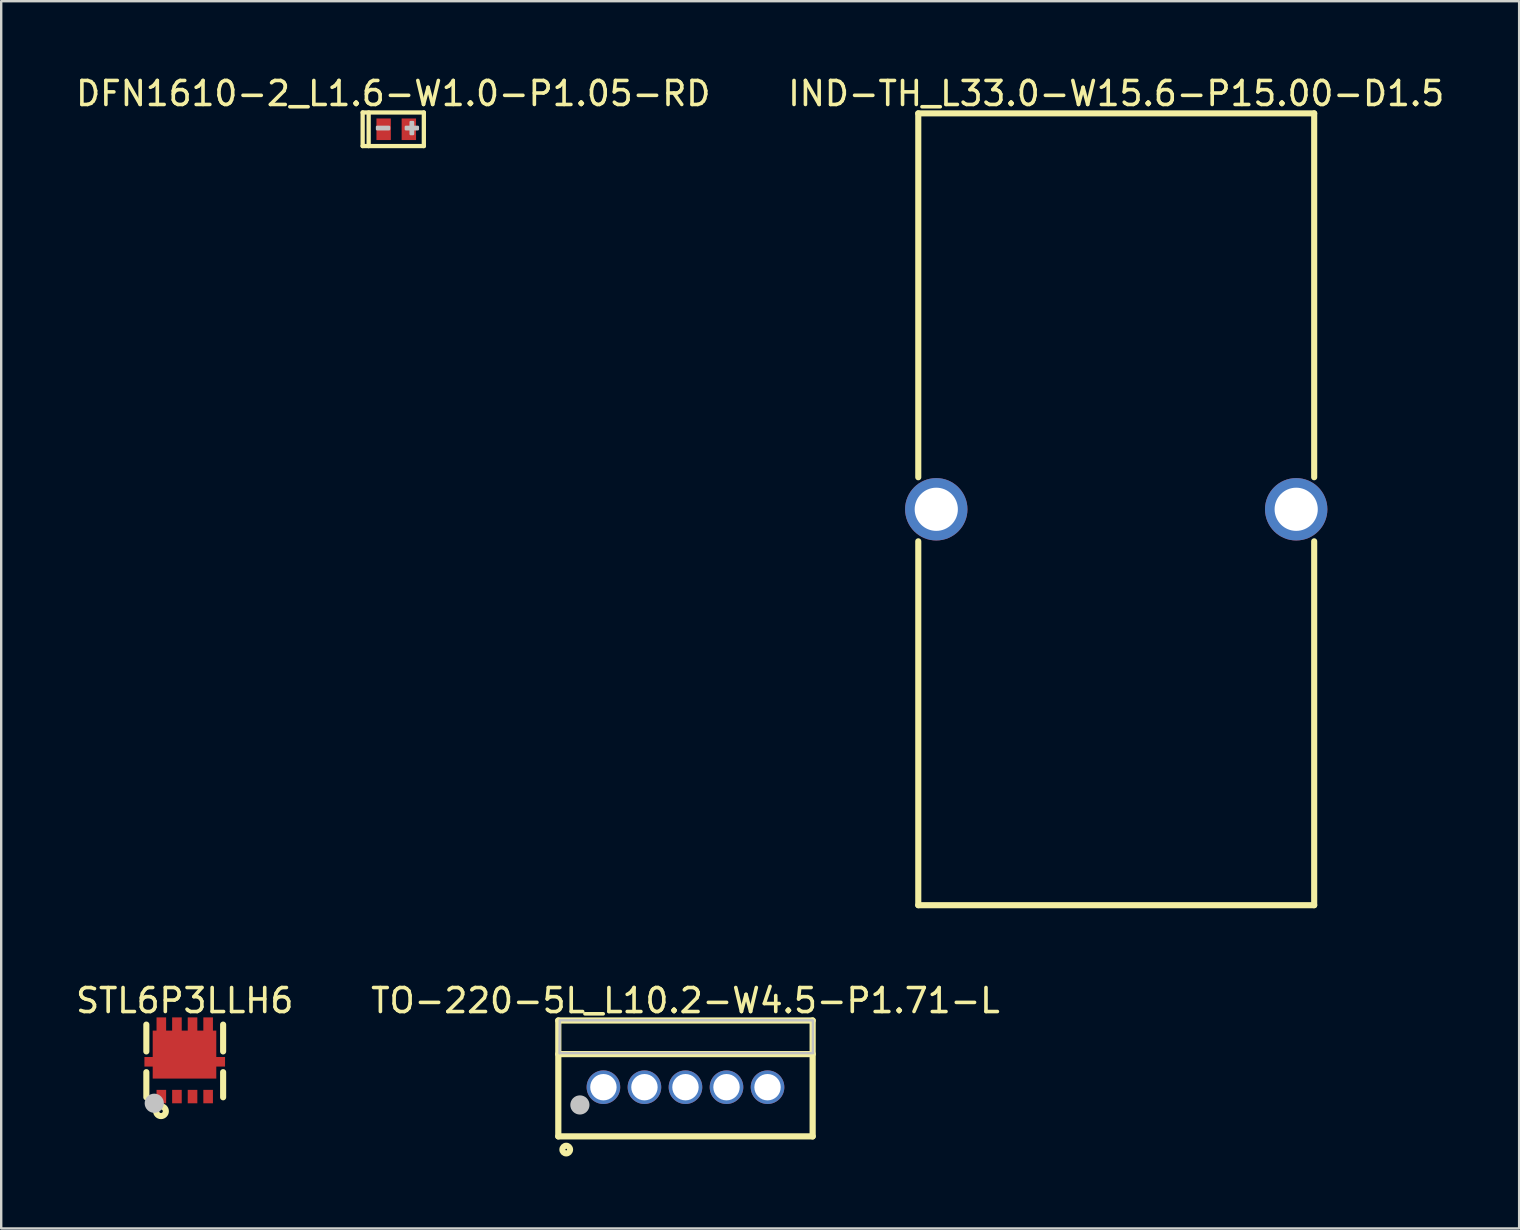
<source format=kicad_pcb>
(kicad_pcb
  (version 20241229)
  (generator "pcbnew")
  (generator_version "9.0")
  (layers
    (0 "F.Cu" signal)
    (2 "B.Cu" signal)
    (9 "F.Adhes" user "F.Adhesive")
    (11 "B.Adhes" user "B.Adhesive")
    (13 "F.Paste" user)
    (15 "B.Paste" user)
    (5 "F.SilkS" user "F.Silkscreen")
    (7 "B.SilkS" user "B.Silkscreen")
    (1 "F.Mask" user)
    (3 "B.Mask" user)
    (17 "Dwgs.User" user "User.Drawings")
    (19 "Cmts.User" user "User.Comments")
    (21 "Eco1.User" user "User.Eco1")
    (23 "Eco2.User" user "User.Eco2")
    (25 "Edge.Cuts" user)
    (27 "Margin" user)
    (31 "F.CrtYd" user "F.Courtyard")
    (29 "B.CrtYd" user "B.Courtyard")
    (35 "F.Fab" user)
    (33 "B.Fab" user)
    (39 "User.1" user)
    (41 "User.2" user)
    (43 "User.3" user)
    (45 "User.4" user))
  (footprint "DFN1610-2_L1.6-W1.0-P1.05-RD"
    (layer "F.Cu")
    (at 13.464 2.337)
    (property "Reference" "DFN1610-2_L1.6-W1.0-P1.05-RD" (at -0.125 -1.489 0) (layer "F.SilkS") (effects (font (size 1 1) (thickness 0.15))))
    (fp_line (start -1.4 -0.7) (end -1.4 0.7) (stroke (width 0.178) (type default)) (layer "F.SilkS"))
    (fp_line (start -1.4 -0.7) (end 1.15 -0.7) (stroke (width 0.178) (type default)) (layer "F.SilkS"))
    (fp_line (start -1.4 0.7) (end 1.15 0.7) (stroke (width 0.178) (type default)) (layer "F.SilkS"))
    (fp_line (start -1.15 -0.7) (end -1.15 0.7) (stroke (width 0.178) (type default)) (layer "F.SilkS"))
    (fp_line (start 1.15 -0.7) (end 1.15 0.7) (stroke (width 0.178) (type default)) (layer "F.SilkS"))
    (fp_poly (pts (xy -0.8 -0.1) (xy -0.3 -0.1) (xy -0.3 0) (xy -0.8 0)) (stroke (width 0.1) (type default)) (fill no) (layer "Dwgs.User"))
    (fp_poly (pts (xy 0.4 -0.1) (xy 0.9 -0.1) (xy 0.9 0) (xy 0.4 0)) (stroke (width 0.1) (type default)) (fill no) (layer "Dwgs.User"))
    (fp_poly (pts (xy 0.6 0.2) (xy 0.6 -0.3) (xy 0.7 -0.3) (xy 0.7 0.2)) (stroke (width 0.1) (type default)) (fill no) (layer "Dwgs.User"))
    (fp_poly (pts (xy -0.35 -0.4) (xy -0.35 0.4) (xy -0.7 0.4) (xy -0.7 -0.4)) (stroke (width 0.1) (type default)) (fill no) (layer "User.1"))
    (fp_poly (pts (xy 0.7 -0.4) (xy 0.7 0.4) (xy 0.35 0.4) (xy 0.35 -0.4)) (stroke (width 0.1) (type default)) (fill no) (layer "User.1"))
    (fp_line (start -0.8 -0.5) (end 0.8 -0.5) (stroke (width 0.051) (type default)) (layer "User.2"))
    (fp_line (start -0.8 0.5) (end -0.8 -0.5) (stroke (width 0.051) (type default)) (layer "User.2"))
    (fp_line (start 0.8 -0.5) (end 0.8 0.5) (stroke (width 0.051) (type default)) (layer "User.2"))
    (fp_line (start 0.8 0.5) (end -0.8 0.5) (stroke (width 0.051) (type default)) (layer "User.2"))
    (fp_poly (pts (xy -0.745 0.477) (xy -0.777 0.445) (xy -0.823 0.445) (xy -0.855 0.477) (xy -0.855 0.523) (xy -0.823 0.555) (xy -0.777 0.555) (xy -0.745 0.523)) (stroke (width 0.1) (type default)) (fill no) (layer "User.3"))
    (pad "1" smd rect (at -0.525 0 90) (size 0.9 0.6) (layers "F.Cu" "F.Mask" "F.Paste"))
    (pad "2" smd rect (at 0.525 0 90) (size 0.9 0.6) (layers "F.Cu" "F.Mask" "F.Paste")))
  (footprint "IND-TH_L33.0-W15.6-P15.00-D1.5"
    (layer "F.Cu")
    (at 43.47 18.175)
    (property "Reference" "IND-TH_L33.0-W15.6-P15.00-D1.5" (at 0 -17.327 0) (layer "F.SilkS") (effects (font (size 1 1) (thickness 0.15))))
    (fp_line (start -8.25 -16.5) (end -8.25 -1.335) (stroke (width 0.254) (type default)) (layer "F.SilkS"))
    (fp_line (start -8.25 -16.5) (end 8.25 -16.5) (stroke (width 0.254) (type default)) (layer "F.SilkS"))
    (fp_line (start -8.25 1.335) (end -8.25 16.5) (stroke (width 0.254) (type default)) (layer "F.SilkS"))
    (fp_line (start -8.25 16.5) (end 8.25 16.5) (stroke (width 0.254) (type default)) (layer "F.SilkS"))
    (fp_line (start 8.25 -16.5) (end 8.25 -1.335) (stroke (width 0.254) (type default)) (layer "F.SilkS"))
    (fp_line (start 8.25 1.335) (end 8.25 16.5) (stroke (width 0.254) (type default)) (layer "F.SilkS"))
    (pad "1" thru_hole circle (at -7.5 0) (size 2.6 2.6) (drill 1.8) (layers "*.Cu" "*.Mask"))
    (pad "2" thru_hole circle (at 7.5 0) (size 2.6 2.6) (drill 1.8) (layers "*.Cu" "*.Mask")))
  (footprint "TO-220-5L_L10.2-W4.5-P1.71-L"
    (layer "F.Cu")
    (at 25.518 42.26)
    (property "Reference" "TO-220-5L_L10.2-W4.5-P1.71-L" (at 0 -3.609 0) (layer "F.SilkS") (effects (font (size 1 1) (thickness 0.15))))
    (fp_line (start -5.3 -2.78) (end -5.3 2.05) (stroke (width 0.258) (type default)) (layer "F.SilkS"))
    (fp_line (start -5.3 2.05) (end 5.3 2.05) (stroke (width 0.258) (type default)) (layer "F.SilkS"))
    (fp_line (start 5.3 -2.78) (end -5.3 -2.78) (stroke (width 0.258) (type default)) (layer "F.SilkS"))
    (fp_line (start 5.3 -1.38) (end -5.3 -1.38) (stroke (width 0.258) (type default)) (layer "F.SilkS"))
    (fp_line (start 5.3 2.05) (end 5.3 -2.78) (stroke (width 0.258) (type default)) (layer "F.SilkS"))
    (fp_circle (center -4.97 2.6) (end -4.81 2.6) (stroke (width 0.254) (type default)) (fill no) (layer "F.SilkS"))
    (fp_circle (center -4.4 0.74) (end -4.2 0.74) (stroke (width 0.4) (type default)) (fill no) (layer "Dwgs.User"))
    (fp_poly (pts (xy -5.24 -2.79) (xy 5.3 -2.79) (xy 5.31 -2.78) (xy 5.31 -1.43) (xy 5.32 -1.42) (xy -5.24 -1.42) (xy -5.25 -1.41)) (stroke (width 0.1) (type default)) (fill no) (layer "Dwgs.User"))
    (fp_poly (pts (xy -2.975 0.25) (xy -3.865 0.25) (xy -3.865 -0.25) (xy -2.975 -0.25)) (stroke (width 0.1) (type default)) (fill no) (layer "User.1"))
    (fp_poly (pts (xy -1.265 0.25) (xy -2.155 0.25) (xy -2.155 -0.25) (xy -1.265 -0.25)) (stroke (width 0.1) (type default)) (fill no) (layer "User.1"))
    (fp_poly (pts (xy 0.445 0.25) (xy -0.445 0.25) (xy -0.445 -0.25) (xy 0.445 -0.25)) (stroke (width 0.1) (type default)) (fill no) (layer "User.1"))
    (fp_poly (pts (xy 2.155 0.25) (xy 1.265 0.25) (xy 1.265 -0.25) (xy 2.155 -0.25)) (stroke (width 0.1) (type default)) (fill no) (layer "User.1"))
    (fp_poly (pts (xy 3.865 0.25) (xy 2.975 0.25) (xy 2.975 -0.25) (xy 3.865 -0.25)) (stroke (width 0.1) (type default)) (fill no) (layer "User.1"))
    (fp_line (start -5.1 -2.66) (end 5.1 -2.66) (stroke (width 0.051) (type default)) (layer "User.2"))
    (fp_line (start -5.1 1.84) (end -5.1 -2.66) (stroke (width 0.051) (type default)) (layer "User.2"))
    (fp_line (start 5.1 -2.66) (end 5.1 1.84) (stroke (width 0.051) (type default)) (layer "User.2"))
    (fp_line (start 5.1 1.84) (end -5.1 1.84) (stroke (width 0.051) (type default)) (layer "User.2"))
    (fp_poly (pts (xy -5.045 1.817) (xy -5.077 1.785) (xy -5.123 1.785) (xy -5.155 1.817) (xy -5.155 1.863) (xy -5.123 1.895) (xy -5.077 1.895) (xy -5.045 1.863)) (stroke (width 0.1) (type default)) (fill no) (layer "User.3"))
    (pad "1" thru_hole circle (at -3.42 0 180) (size 1.4 1.4) (drill 1.1) (layers "*.Cu" "*.Mask"))
    (pad "2" thru_hole circle (at -1.71 0 180) (size 1.4 1.4) (drill 1.1) (layers "*.Cu" "*.Mask"))
    (pad "3" thru_hole circle (at 0 0 180) (size 1.4 1.4) (drill 1.1) (layers "*.Cu" "*.Mask"))
    (pad "4" thru_hole circle (at 1.71 0 180) (size 1.4 1.4) (drill 1.1) (layers "*.Cu" "*.Mask"))
    (pad "5" thru_hole circle (at 3.42 0 180) (size 1.4 1.4) (drill 1.1) (layers "*.Cu" "*.Mask")))
  (footprint "STL6P3LLH6"
    (layer "F.Cu")
    (at 4.649 41.151)
    (property "Reference" "STL6P3LLH6" (at 0 -2.5 0) (layer "F.SilkS") (effects (font (size 1 1) (thickness 0.15))))
    (fp_line (start -1.6 -1.5) (end -1.6 -0.381) (stroke (width 0.254) (type default)) (layer "F.SilkS"))
    (fp_line (start -1.6 0.481) (end -1.6 1.53) (stroke (width 0.254) (type default)) (layer "F.SilkS"))
    (fp_line (start 1.6 -1.5) (end 1.6 -0.381) (stroke (width 0.254) (type default)) (layer "F.SilkS"))
    (fp_line (start 1.6 0.481) (end 1.6 1.53) (stroke (width 0.254) (type default)) (layer "F.SilkS"))
    (fp_circle (center -0.99 2.11) (end -0.914 2.11) (stroke (width 0.254) (type default)) (fill no) (layer "F.SilkS"))
    (fp_poly (pts (xy -1.175 1.22) (xy -1.175 1.78) (xy -0.775 1.78) (xy -0.775 1.22)) (stroke (width 0) (type default)) (fill yes) (layer "F.Paste"))
    (fp_poly (pts (xy -0.525 1.22) (xy -0.525 1.78) (xy -0.125 1.78) (xy -0.125 1.22)) (stroke (width 0) (type default)) (fill yes) (layer "F.Paste"))
    (fp_poly (pts (xy 0.525 1.78) (xy 0.525 1.22) (xy 0.125 1.22) (xy 0.125 1.78)) (stroke (width 0) (type default)) (fill yes) (layer "F.Paste"))
    (fp_poly (pts (xy 0.775 1.22) (xy 0.775 1.78) (xy 1.175 1.78) (xy 1.175 1.22)) (stroke (width 0) (type default)) (fill yes) (layer "F.Paste"))
    (fp_poly (pts (xy -0.525 -1.8) (xy -0.525 -1.25) (xy -0.775 -1.25) (xy -0.775 -1.8) (xy -1.175 -1.8) (xy -1.175 -1.25) (xy -1.335 -1.25) (xy -1.335 -0.15) (xy -1.68 -0.15) (xy -1.68 0.25) (xy -1.335 0.25) (xy -1.335 0.75) (xy 1.315 0.75) (xy 1.315 0.25) (xy 1.68 0.25) (xy 1.68 -0.15) (xy 1.315 -0.15) (xy 1.315 -1.25) (xy 1.175 -1.25) (xy 1.175 -1.8) (xy 0.775 -1.8) (xy 0.775 -1.25) (xy 0.525 -1.25) (xy 0.525 -1.8) (xy 0.125 -1.8) (xy 0.125 -1.25) (xy -0.125 -1.25) (xy -0.125 -1.8)) (stroke (width 0) (type default)) (fill yes) (layer "F.Paste"))
    (fp_circle (center -1.27 1.778) (end -1.07 1.778) (stroke (width 0.4) (type default)) (fill no) (layer "Dwgs.User"))
    (fp_poly (pts (xy -1.135 -1.25) (xy 1.115 -1.25) (xy 1.115 0.45) (xy -1.135 0.45)) (stroke (width 0.1) (type default)) (fill no) (layer "User.1"))
    (fp_poly (pts (xy -1.125 -1.65) (xy -0.825 -1.65) (xy -0.825 -1.2) (xy -1.125 -1.2)) (stroke (width 0.1) (type default)) (fill no) (layer "User.1"))
    (fp_poly (pts (xy -1.125 1.2) (xy -0.825 1.2) (xy -0.825 1.65) (xy -1.125 1.65)) (stroke (width 0.1) (type default)) (fill no) (layer "User.1"))
    (fp_poly (pts (xy -1.075 -0.05) (xy -1.075 0.15) (xy -1.575 0.15) (xy -1.575 -0.05)) (stroke (width 0.1) (type default)) (fill no) (layer "User.1"))
    (fp_poly (pts (xy -0.475 -1.65) (xy -0.175 -1.65) (xy -0.175 -1.2) (xy -0.475 -1.2)) (stroke (width 0.1) (type default)) (fill no) (layer "User.1"))
    (fp_poly (pts (xy -0.475 1.2) (xy -0.175 1.2) (xy -0.175 1.65) (xy -0.475 1.65)) (stroke (width 0.1) (type default)) (fill no) (layer "User.1"))
    (fp_poly (pts (xy 0.175 -1.65) (xy 0.475 -1.65) (xy 0.475 -1.2) (xy 0.175 -1.2)) (stroke (width 0.1) (type default)) (fill no) (layer "User.1"))
    (fp_poly (pts (xy 0.175 1.2) (xy 0.475 1.2) (xy 0.475 1.65) (xy 0.175 1.65)) (stroke (width 0.1) (type default)) (fill no) (layer "User.1"))
    (fp_poly (pts (xy 0.825 -1.65) (xy 1.125 -1.65) (xy 1.125 -1.2) (xy 0.825 -1.2)) (stroke (width 0.1) (type default)) (fill no) (layer "User.1"))
    (fp_poly (pts (xy 0.825 1.2) (xy 1.125 1.2) (xy 1.125 1.65) (xy 0.825 1.65)) (stroke (width 0.1) (type default)) (fill no) (layer "User.1"))
    (fp_poly (pts (xy 1.575 -0.05) (xy 1.575 0.15) (xy 1.075 0.15) (xy 1.075 -0.05)) (stroke (width 0.1) (type default)) (fill no) (layer "User.1"))
    (fp_line (start -1.575 -1.5) (end 1.575 -1.5) (stroke (width 0.051) (type default)) (layer "User.2"))
    (fp_line (start -1.575 1.5) (end -1.575 -1.5) (stroke (width 0.051) (type default)) (layer "User.2"))
    (fp_line (start 1.575 -1.5) (end 1.575 1.5) (stroke (width 0.051) (type default)) (layer "User.2"))
    (fp_line (start 1.575 1.5) (end -1.575 1.5) (stroke (width 0.051) (type default)) (layer "User.2"))
    (fp_poly (pts (xy -1.52 1.627) (xy -1.552 1.595) (xy -1.598 1.595) (xy -1.63 1.627) (xy -1.63 1.673) (xy -1.598 1.705) (xy -1.552 1.705) (xy -1.52 1.673)) (stroke (width 0.1) (type default)) (fill no) (layer "User.3"))
    (pad "1" smd rect (at -0.975 1.5) (size 0.4 0.56) (layers "F.Cu" "F.Mask" "F.Paste"))
    (pad "2" smd rect (at -0.325 1.5) (size 0.4 0.56) (layers "F.Cu" "F.Mask" "F.Paste"))
    (pad "3" smd rect (at 0.325 1.5) (size 0.4 0.56) (layers "F.Cu" "F.Mask" "F.Paste"))
    (pad "4" smd rect (at 0.975 1.5) (size 0.4 0.56) (layers "F.Cu" "F.Mask" "F.Paste"))
    (pad "5" smd rect (at 0.975 -1.5) (size 0.4 0.6) (layers "F.Cu" "F.Mask" "F.Paste"))
    (pad "6" smd rect (at 0.325 -1.5) (size 0.4 0.6) (layers "F.Cu" "F.Mask" "F.Paste"))
    (pad "7" smd rect (at -0.325 -1.5) (size 0.4 0.6) (layers "F.Cu" "F.Mask" "F.Paste"))
    (pad "8" smd rect (at -0.975 -1.5) (size 0.4 0.6) (layers "F.Cu" "F.Mask" "F.Paste"))
    (pad "9" smd rect (at -1.4 0.05 90) (size 0.4 0.56) (layers "F.Cu" "F.Mask" "F.Paste"))
    (pad "9" smd rect (at -0.01 -0.25) (size 2.65 2) (layers "F.Cu" "F.Mask" "F.Paste"))
    (pad "9" smd rect (at 1.4 0.05 90) (size 0.4 0.56) (layers "F.Cu" "F.Mask" "F.Paste")))
  (gr_rect
    (start -3 -3)
    (end 60.262 48.147)
    (stroke (width 0.1) (type default))
    (fill no)
    (layer "Edge.Cuts")))
</source>
